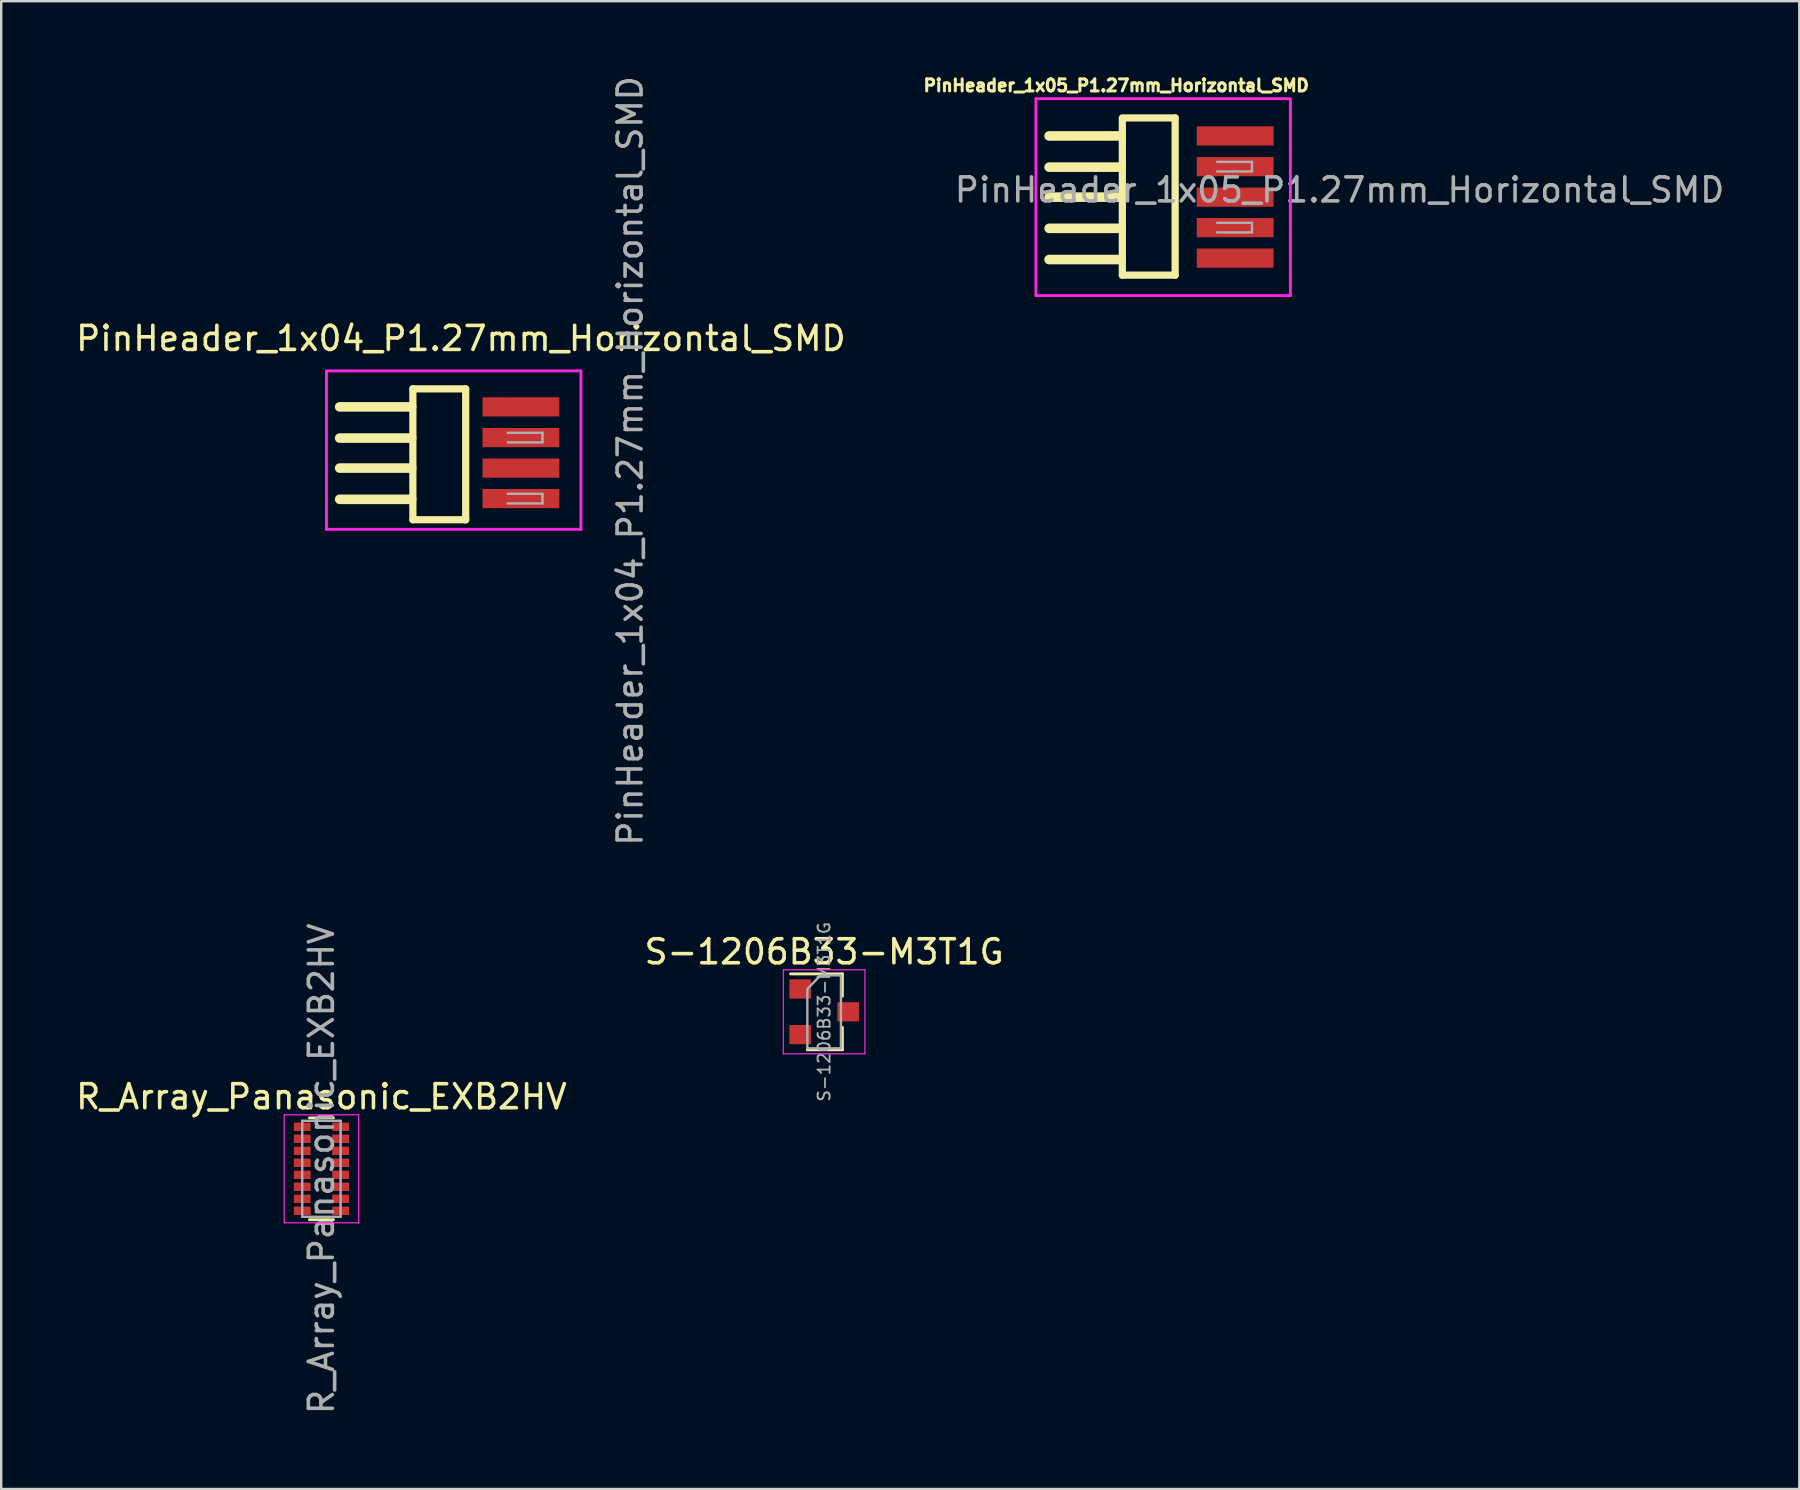
<source format=kicad_pcb>
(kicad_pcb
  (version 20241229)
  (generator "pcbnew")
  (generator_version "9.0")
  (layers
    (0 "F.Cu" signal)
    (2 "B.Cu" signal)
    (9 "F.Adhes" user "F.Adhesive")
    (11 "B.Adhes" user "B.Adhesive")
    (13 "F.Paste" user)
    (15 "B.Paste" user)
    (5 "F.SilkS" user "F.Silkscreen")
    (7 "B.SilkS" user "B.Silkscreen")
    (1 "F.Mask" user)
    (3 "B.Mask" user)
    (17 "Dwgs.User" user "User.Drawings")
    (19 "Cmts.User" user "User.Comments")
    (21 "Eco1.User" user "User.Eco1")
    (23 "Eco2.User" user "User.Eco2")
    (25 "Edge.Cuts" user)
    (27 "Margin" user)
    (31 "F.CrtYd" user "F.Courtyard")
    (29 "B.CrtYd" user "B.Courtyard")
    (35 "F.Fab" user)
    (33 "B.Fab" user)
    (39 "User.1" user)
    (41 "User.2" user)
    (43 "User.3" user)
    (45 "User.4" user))
  (footprint "PinHeader_1x04_P1.27mm_Horizontal_SMD"
    (layer "F.Cu")
    (at 17.049 16.449)
    (property "Reference" "PinHeader_1x04_P1.27mm_Horizontal_SMD" (at -0.9 -5.4 0) (layer "F.SilkS") (effects (font (size 1 1) (thickness 0.15))))
    (attr smd)
    (fp_line (start -5.95 -2.55) (end -2.95 -2.55) (stroke (width 0.4) (type solid)) (layer "F.SilkS"))
    (fp_line (start -5.95 -1.25) (end -2.95 -1.25) (stroke (width 0.4) (type solid)) (layer "F.SilkS"))
    (fp_line (start -5.95 0) (end -2.95 0) (stroke (width 0.4) (type solid)) (layer "F.SilkS"))
    (fp_line (start -5.95 1.3) (end -2.95 1.3) (stroke (width 0.4) (type solid)) (layer "F.SilkS"))
    (fp_line (start -2.9 -3.31) (end -2.9 2.15) (stroke (width 0.3) (type solid)) (layer "F.SilkS"))
    (fp_line (start -2.9 -3.3) (end -0.7 -3.3) (stroke (width 0.3) (type solid)) (layer "F.SilkS"))
    (fp_line (start -2.9 2.15) (end -0.7 2.15) (stroke (width 0.3) (type solid)) (layer "F.SilkS"))
    (fp_line (start -0.7 -3.3) (end -0.7 2.16) (stroke (width 0.3) (type solid)) (layer "F.SilkS"))
    (fp_line (start -6.5 -4.05) (end 4.1 -4.05) (stroke (width 0.12) (type solid)) (layer "F.CrtYd"))
    (fp_line (start -6.5 2.55) (end -6.5 -4) (stroke (width 0.12) (type solid)) (layer "F.CrtYd"))
    (fp_line (start 4.1 -4.05) (end 4.1 2.55) (stroke (width 0.12) (type solid)) (layer "F.CrtYd"))
    (fp_line (start 4.1 2.55) (end -6.5 2.55) (stroke (width 0.12) (type solid)) (layer "F.CrtYd"))
    (fp_line (start 1.05 -1.47) (end 2.5 -1.47) (stroke (width 0.1) (type solid)) (layer "F.Fab"))
    (fp_line (start 1.05 1.07) (end 2.5 1.07) (stroke (width 0.1) (type solid)) (layer "F.Fab"))
    (fp_line (start 2.5 -1.47) (end 2.5 -1.07) (stroke (width 0.1) (type solid)) (layer "F.Fab"))
    (fp_line (start 2.5 -1.07) (end 1.05 -1.07) (stroke (width 0.1) (type solid)) (layer "F.Fab"))
    (fp_line (start 2.5 1.07) (end 2.5 1.47) (stroke (width 0.1) (type solid)) (layer "F.Fab"))
    (fp_line (start 2.5 1.47) (end 1.05 1.47) (stroke (width 0.1) (type solid)) (layer "F.Fab"))
    (fp_text user "${REFERENCE}" (at 6.15 -0.3 90) (layer "F.Fab") (effects (font (size 1 1) (thickness 0.15))))
    (pad "1" smd rect (at 1.6 -2.55) (size 3.2 0.8) (layers "F.Cu" "F.Mask" "F.Paste"))
    (pad "2" smd rect (at 1.6 -1.27) (size 3.2 0.8) (layers "F.Cu" "F.Mask" "F.Paste"))
    (pad "3" smd rect (at 1.6 0) (size 3.2 0.8) (layers "F.Cu" "F.Mask" "F.Paste"))
    (pad "4" smd rect (at 1.6 1.27) (size 3.2 0.8) (layers "F.Cu" "F.Mask" "F.Paste")))
  (footprint "PinHeader_1x05_P1.27mm_Horizontal_SMD"
    (layer "F.Cu")
    (at 46.602 5.162)
    (property "Reference" "PinHeader_1x05_P1.27mm_Horizontal_SMD" (at -3.155 -4.65 0) (layer "F.SilkS") (effects (font (size 0.5 0.5) (thickness 0.125))))
    (attr smd)
    (fp_line (start -5.95 -2.55) (end -2.95 -2.55) (stroke (width 0.4) (type solid)) (layer "F.SilkS"))
    (fp_line (start -5.95 -1.25) (end -2.95 -1.25) (stroke (width 0.4) (type solid)) (layer "F.SilkS"))
    (fp_line (start -5.95 0) (end -2.95 0) (stroke (width 0.4) (type solid)) (layer "F.SilkS"))
    (fp_line (start -5.95 1.3) (end -2.95 1.3) (stroke (width 0.4) (type solid)) (layer "F.SilkS"))
    (fp_line (start -5.95 2.6) (end -2.95 2.6) (stroke (width 0.4) (type solid)) (layer "F.SilkS"))
    (fp_line (start -2.9 -3.3) (end -0.7 -3.3) (stroke (width 0.3) (type solid)) (layer "F.SilkS"))
    (fp_line (start -2.9 -3.25) (end -2.9 3.25) (stroke (width 0.3) (type solid)) (layer "F.SilkS"))
    (fp_line (start -2.9 3.25) (end -0.7 3.25) (stroke (width 0.3) (type solid)) (layer "F.SilkS"))
    (fp_line (start -0.7 -3.3) (end -0.7 3.25) (stroke (width 0.3) (type solid)) (layer "F.SilkS"))
    (fp_line (start -6.5 -4.1) (end 4.1 -4.1) (stroke (width 0.12) (type solid)) (layer "F.CrtYd"))
    (fp_line (start -6.5 4.1) (end -6.5 -4.1) (stroke (width 0.12) (type solid)) (layer "F.CrtYd"))
    (fp_line (start 4.1 -4.05) (end 4.1 4.1) (stroke (width 0.12) (type solid)) (layer "F.CrtYd"))
    (fp_line (start 4.1 4.1) (end -6.5 4.1) (stroke (width 0.12) (type solid)) (layer "F.CrtYd"))
    (fp_line (start 1.05 -1.47) (end 2.5 -1.47) (stroke (width 0.1) (type solid)) (layer "F.Fab"))
    (fp_line (start 1.05 1.07) (end 2.5 1.07) (stroke (width 0.1) (type solid)) (layer "F.Fab"))
    (fp_line (start 2.5 -1.47) (end 2.5 -1.07) (stroke (width 0.1) (type solid)) (layer "F.Fab"))
    (fp_line (start 2.5 -1.07) (end 1.05 -1.07) (stroke (width 0.1) (type solid)) (layer "F.Fab"))
    (fp_line (start 2.5 1.07) (end 2.5 1.47) (stroke (width 0.1) (type solid)) (layer "F.Fab"))
    (fp_line (start 2.5 1.47) (end 1.05 1.47) (stroke (width 0.1) (type solid)) (layer "F.Fab"))
    (fp_text user "${REFERENCE}" (at 6.15 -0.3 180) (layer "F.Fab") (effects (font (size 1 1) (thickness 0.15))))
    (pad "1" smd rect (at 1.8 -2.55) (size 3.2 0.8) (layers "F.Cu" "F.Mask" "F.Paste"))
    (pad "2" smd rect (at 1.8 -1.27) (size 3.2 0.8) (layers "F.Cu" "F.Mask" "F.Paste"))
    (pad "3" smd rect (at 1.8 0) (size 3.2 0.8) (layers "F.Cu" "F.Mask" "F.Paste"))
    (pad "4" smd rect (at 1.8 1.27) (size 3.2 0.8) (layers "F.Cu" "F.Mask" "F.Paste"))
    (pad "5" smd rect (at 1.8 2.54) (size 3.2 0.8) (layers "F.Cu" "F.Mask" "F.Paste")))
  (footprint "S-1206B33-M3T1G"
    (layer "F.Cu")
    (at 31.28 39.098)
    (property "Reference" "S-1206B33-M3T1G" (at 0 -2.5 0) (layer "F.SilkS") (effects (font (size 1 1) (thickness 0.15))))
    (attr smd)
    (fp_line (start 0.76 -1.58) (end -1.4 -1.58) (stroke (width 0.12) (type solid)) (layer "F.SilkS"))
    (fp_line (start 0.76 -1.58) (end 0.76 -0.65) (stroke (width 0.12) (type solid)) (layer "F.SilkS"))
    (fp_line (start 0.76 1.58) (end -0.7 1.58) (stroke (width 0.12) (type solid)) (layer "F.SilkS"))
    (fp_line (start 0.76 1.58) (end 0.76 0.65) (stroke (width 0.12) (type solid)) (layer "F.SilkS"))
    (fp_line (start -1.7 -1.75) (end 1.7 -1.75) (stroke (width 0.05) (type solid)) (layer "F.CrtYd"))
    (fp_line (start -1.7 1.75) (end -1.7 -1.75) (stroke (width 0.05) (type solid)) (layer "F.CrtYd"))
    (fp_line (start 1.7 -1.75) (end 1.7 1.75) (stroke (width 0.05) (type solid)) (layer "F.CrtYd"))
    (fp_line (start 1.7 1.75) (end -1.7 1.75) (stroke (width 0.05) (type solid)) (layer "F.CrtYd"))
    (fp_line (start -0.7 -0.95) (end -0.7 1.5) (stroke (width 0.1) (type solid)) (layer "F.Fab"))
    (fp_line (start -0.7 -0.95) (end -0.15 -1.52) (stroke (width 0.1) (type solid)) (layer "F.Fab"))
    (fp_line (start -0.7 1.52) (end 0.7 1.52) (stroke (width 0.1) (type solid)) (layer "F.Fab"))
    (fp_line (start -0.15 -1.52) (end 0.7 -1.52) (stroke (width 0.1) (type solid)) (layer "F.Fab"))
    (fp_line (start 0.7 -1.52) (end 0.7 1.52) (stroke (width 0.1) (type solid)) (layer "F.Fab"))
    (fp_text user "${REFERENCE}" (at 0 0 90) (layer "F.Fab") (effects (font (size 0.5 0.5) (thickness 0.075))))
    (pad "1" smd rect (at 1 0) (size 0.9 0.8) (layers "F.Cu" "F.Mask" "F.Paste"))
    (pad "2" smd rect (at -1 -0.95) (size 0.9 0.8) (layers "F.Cu" "F.Mask" "F.Paste"))
    (pad "3" smd rect (at -1 0.95) (size 0.9 0.8) (layers "F.Cu" "F.Mask" "F.Paste")))
  (footprint "R_Array_Panasonic_EXB2HV"
    (layer "F.Cu")
    (at 10.339 45.637)
    (property "Reference" "R_Array_Panasonic_EXB2HV" (at 0 -3 180) (layer "F.SilkS") (effects (font (size 1 1) (thickness 0.15))))
    (attr smd)
    (fp_line (start 0.5 -2.12) (end -0.5 -2.12) (stroke (width 0.12) (type solid)) (layer "F.SilkS"))
    (fp_line (start 0.5 2.12) (end -0.5 2.12) (stroke (width 0.12) (type solid)) (layer "F.SilkS"))
    (fp_line (start -1.55 -2.25) (end -1.55 2.25) (stroke (width 0.05) (type solid)) (layer "F.CrtYd"))
    (fp_line (start -1.55 -2.25) (end 1.55 -2.25) (stroke (width 0.05) (type solid)) (layer "F.CrtYd"))
    (fp_line (start 1.55 2.25) (end -1.55 2.25) (stroke (width 0.05) (type solid)) (layer "F.CrtYd"))
    (fp_line (start 1.55 2.25) (end 1.55 -2.25) (stroke (width 0.05) (type solid)) (layer "F.CrtYd"))
    (fp_line (start -0.8 -2) (end -0.8 2) (stroke (width 0.1) (type solid)) (layer "F.Fab"))
    (fp_line (start -0.8 2) (end 0.8 2) (stroke (width 0.1) (type solid)) (layer "F.Fab"))
    (fp_line (start 0.8 -2) (end -0.8 -2) (stroke (width 0.1) (type solid)) (layer "F.Fab"))
    (fp_line (start 0.8 2) (end 0.8 -2) (stroke (width 0.1) (type solid)) (layer "F.Fab"))
    (fp_text user "${REFERENCE}" (at 0 0 270) (layer "F.Fab") (effects (font (size 1 1) (thickness 0.15))))
    (pad "1" smd rect (at -0.8 -1.75) (size 0.7 0.35) (layers "F.Cu" "F.Mask" "F.Paste"))
    (pad "2" smd rect (at -0.8 -1.25) (size 0.7 0.35) (layers "F.Cu" "F.Mask" "F.Paste"))
    (pad "3" smd rect (at -0.8 -0.75) (size 0.7 0.35) (layers "F.Cu" "F.Mask" "F.Paste"))
    (pad "4" smd rect (at -0.8 -0.25) (size 0.7 0.35) (layers "F.Cu" "F.Mask" "F.Paste"))
    (pad "5" smd rect (at -0.8 0.25) (size 0.7 0.35) (layers "F.Cu" "F.Mask" "F.Paste"))
    (pad "6" smd rect (at -0.8 0.75) (size 0.7 0.35) (layers "F.Cu" "F.Mask" "F.Paste"))
    (pad "7" smd rect (at -0.8 1.25) (size 0.7 0.35) (layers "F.Cu" "F.Mask" "F.Paste"))
    (pad "8" smd rect (at -0.8 1.75) (size 0.7 0.35) (layers "F.Cu" "F.Mask" "F.Paste"))
    (pad "9" smd rect (at 0.8 1.75) (size 0.7 0.35) (layers "F.Cu" "F.Mask" "F.Paste"))
    (pad "10" smd rect (at 0.8 1.25) (size 0.7 0.35) (layers "F.Cu" "F.Mask" "F.Paste"))
    (pad "11" smd rect (at 0.8 0.75) (size 0.7 0.35) (layers "F.Cu" "F.Mask" "F.Paste"))
    (pad "12" smd rect (at 0.8 0.25) (size 0.7 0.35) (layers "F.Cu" "F.Mask" "F.Paste"))
    (pad "13" smd rect (at 0.8 -0.25) (size 0.7 0.35) (layers "F.Cu" "F.Mask" "F.Paste"))
    (pad "14" smd rect (at 0.8 -0.75) (size 0.7 0.35) (layers "F.Cu" "F.Mask" "F.Paste"))
    (pad "15" smd rect (at 0.8 -1.25) (size 0.7 0.35) (layers "F.Cu" "F.Mask" "F.Paste"))
    (pad "16" smd rect (at 0.8 -1.75) (size 0.7 0.35) (layers "F.Cu" "F.Mask" "F.Paste")))
  (gr_rect
    (start -3 -3)
    (end 71.901 58.976)
    (stroke (width 0.1) (type default))
    (fill no)
    (layer "Edge.Cuts")))
</source>
